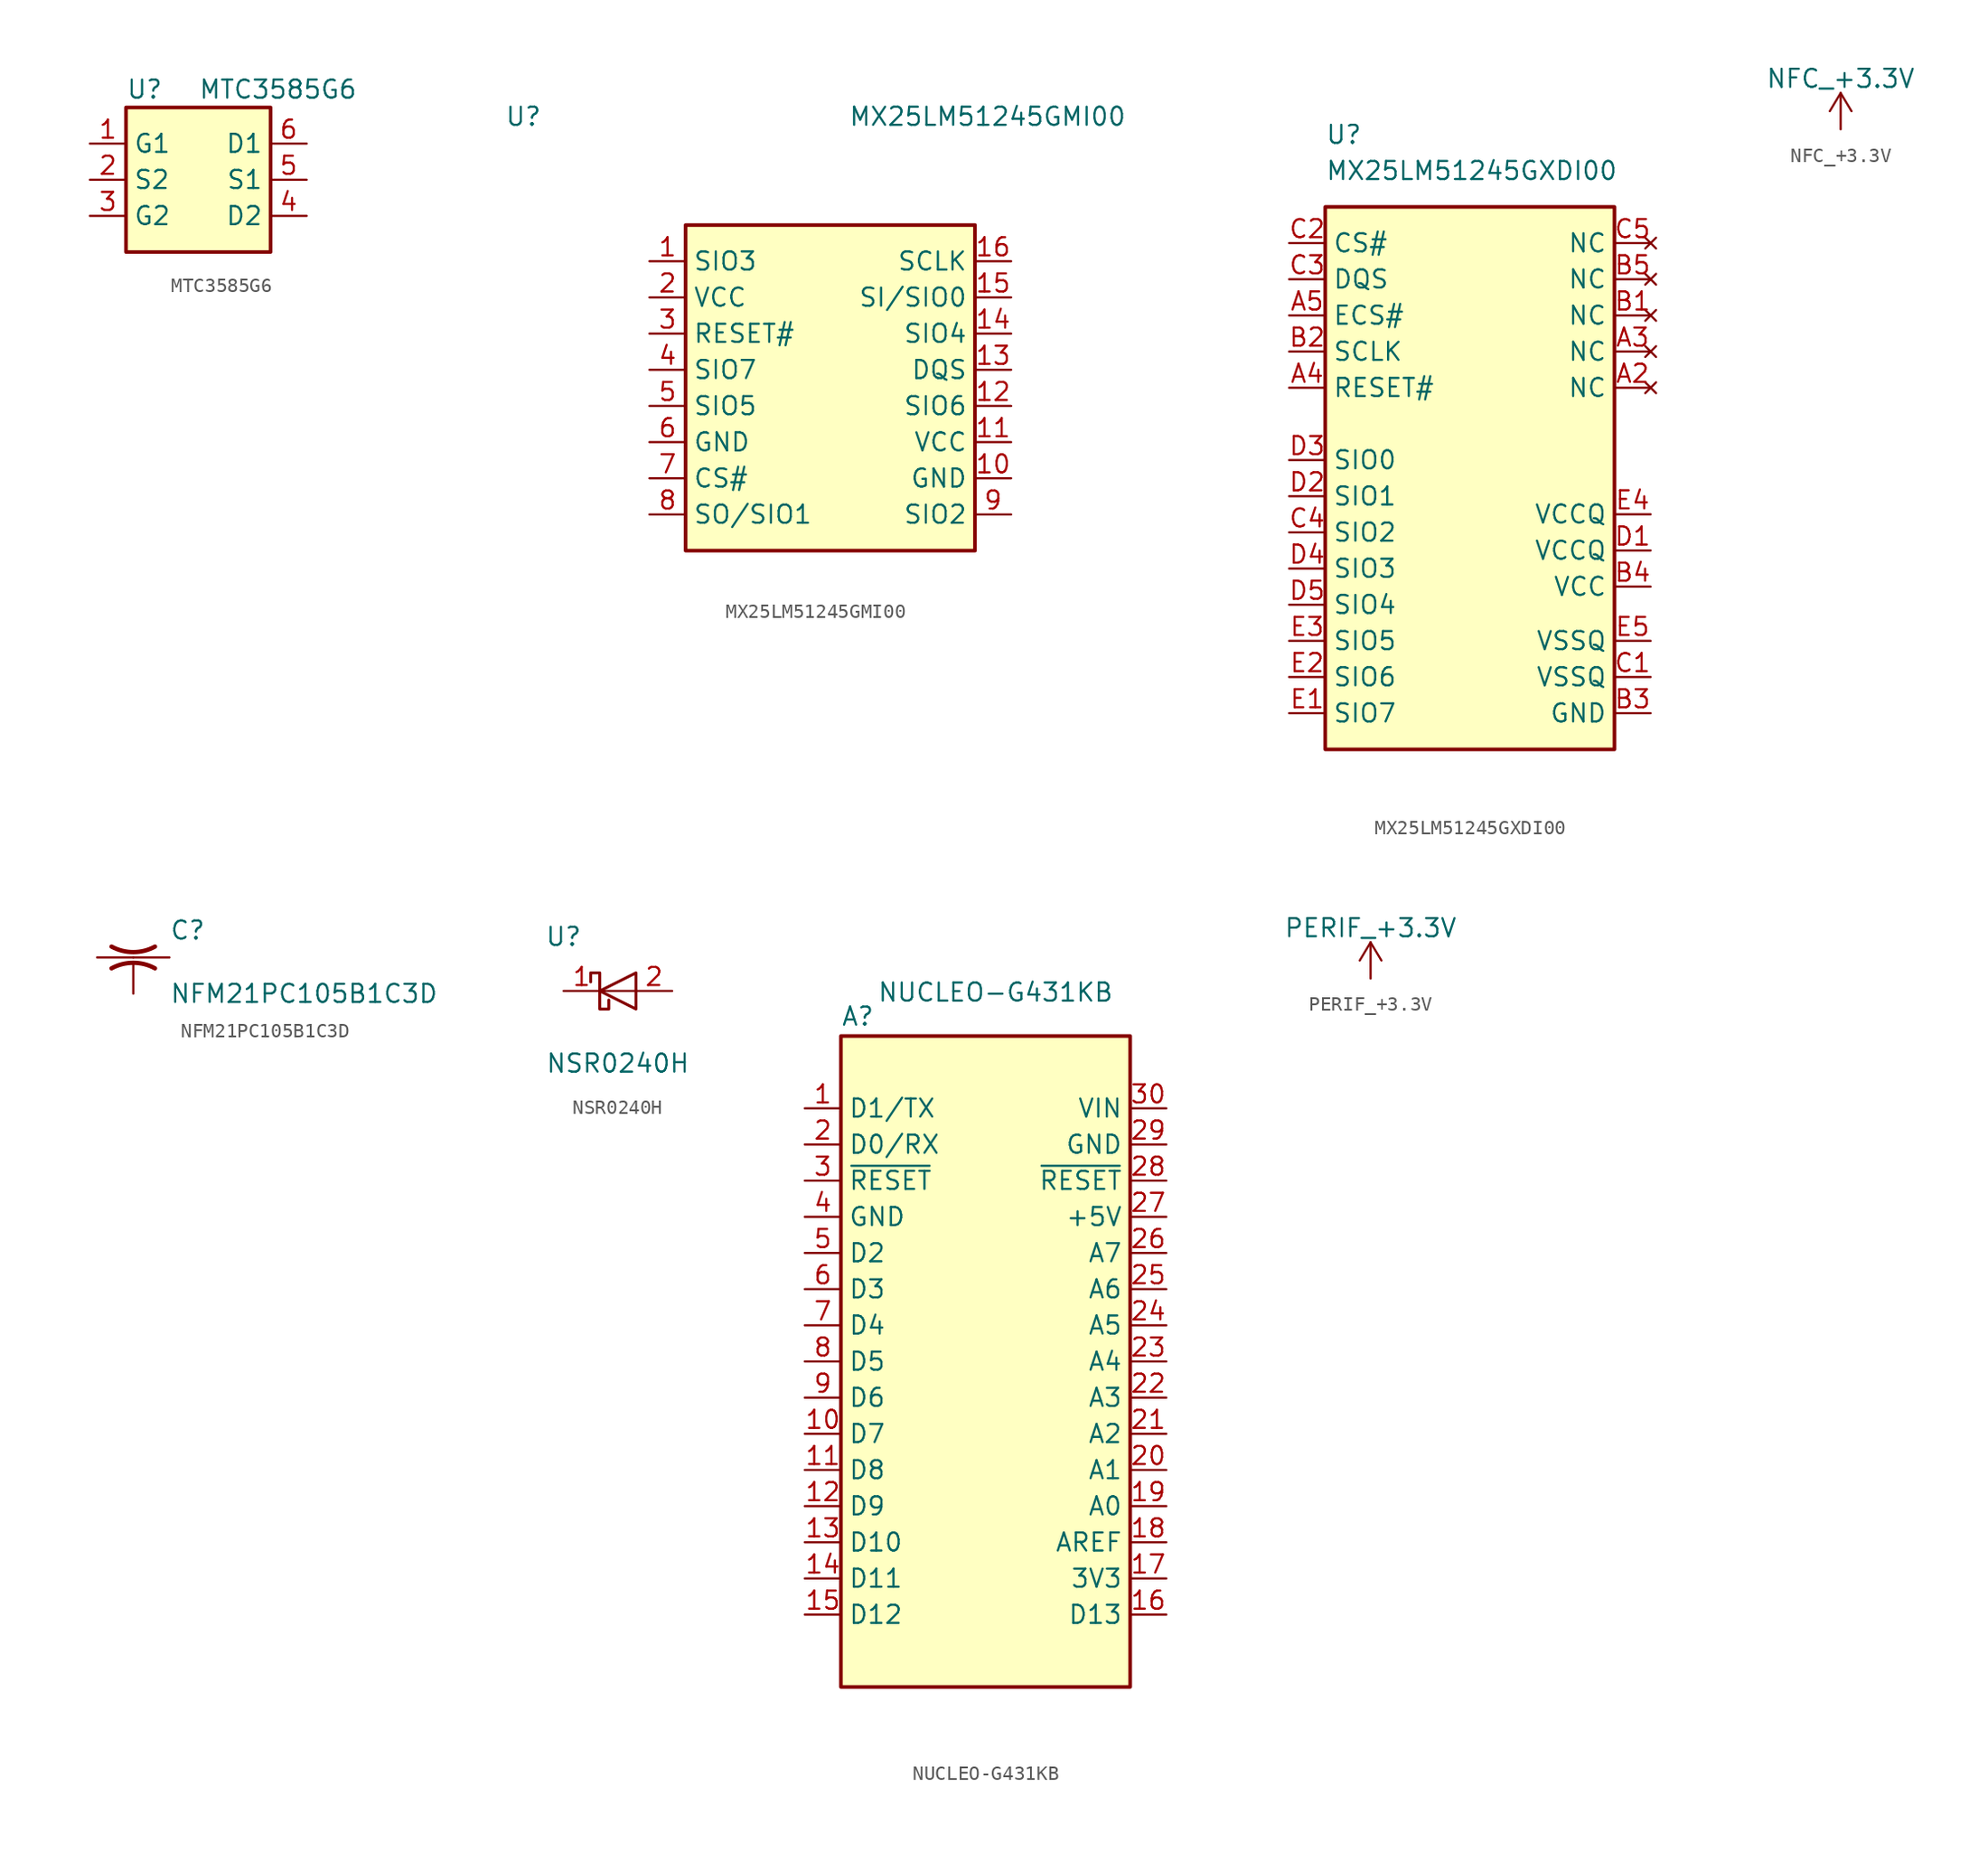
<source format=kicad_sym>
(kicad_symbol_lib
  (version 20201005)
  (generator kicad_symbol_editor)
  (symbol "mSchLibrary:MTC3585G6"
    (property "Reference" "U"
      (at -5.08 6.35 0)
      (effects (font (size 1.27 1.27)) (justify left)))
    (property "Value" "MTC3585G6"
      (at 0 6.35 0)
      (effects (font (size 1.27 1.27)) (justify left)))
    (symbol "MTC3585G6_0_0"
      (pin passive line (at 7.62 2.54 180) (length 2.54) (name "D1" (effects (font (size 1.27 1.27)))) (number "6" (effects (font (size 1.27 1.27))))))
    (symbol "MTC3585G6_0_1"
      (rectangle (start -5.08 5.08) (end 5.08 -5.08) (stroke (width 0.254)) (fill (type background))))
    (symbol "MTC3585G6_1_1"
      (pin input line (at -7.62 2.54 0) (length 2.54) (name "G1" (effects (font (size 1.27 1.27)))) (number "1" (effects (font (size 1.27 1.27)))))
      (pin passive line (at -7.62 0 0) (length 2.54) (name "S2" (effects (font (size 1.27 1.27)))) (number "2" (effects (font (size 1.27 1.27)))))
      (pin input line (at -7.62 -2.54 0) (length 2.54) (name "G2" (effects (font (size 1.27 1.27)))) (number "3" (effects (font (size 1.27 1.27)))))
      (pin passive line (at 7.62 -2.54 180) (length 2.54) (name "D2" (effects (font (size 1.27 1.27)))) (number "4" (effects (font (size 1.27 1.27)))))
      (pin passive line (at 7.62 0 180) (length 2.54) (name "S1" (effects (font (size 1.27 1.27)))) (number "5" (effects (font (size 1.27 1.27)))))))
  (symbol "mSchLibrary:MX25LM51245GMI00"
    (property "Reference" "U"
      (at -22.86 19.05 0)
      (effects (font (size 1.27 1.27)) (justify left)))
    (property "Value" "MX25LM51245GMI00"
      (at 1.27 19.05 0)
      (effects (font (size 1.27 1.27)) (justify left)))
    (symbol "MX25LM51245GMI00_0_1"
      (rectangle (start -10.16 11.43) (end 10.16 -11.43) (stroke (width 0.254)) (fill (type background))))
    (symbol "MX25LM51245GMI00_1_1"
      (pin bidirectional line (at -12.7 8.89 0) (length 2.54) (name "SIO3" (effects (font (size 1.27 1.27)))) (number "1" (effects (font (size 1.27 1.27)))))
      (pin power_in line (at 12.7 -6.35 180) (length 2.54) (name "GND" (effects (font (size 1.27 1.27)))) (number "10" (effects (font (size 1.27 1.27)))))
      (pin power_in line (at 12.7 -3.81 180) (length 2.54) (name "VCC" (effects (font (size 1.27 1.27)))) (number "11" (effects (font (size 1.27 1.27)))))
      (pin bidirectional line (at 12.7 -1.27 180) (length 2.54) (name "SIO6" (effects (font (size 1.27 1.27)))) (number "12" (effects (font (size 1.27 1.27)))))
      (pin passive line (at 12.7 1.27 180) (length 2.54) (name "DQS" (effects (font (size 1.27 1.27)))) (number "13" (effects (font (size 1.27 1.27)))))
      (pin bidirectional line (at 12.7 3.81 180) (length 2.54) (name "SIO4" (effects (font (size 1.27 1.27)))) (number "14" (effects (font (size 1.27 1.27)))))
      (pin bidirectional line (at 12.7 6.35 180) (length 2.54) (name "SI/SIO0" (effects (font (size 1.27 1.27)))) (number "15" (effects (font (size 1.27 1.27)))))
      (pin input line (at 12.7 8.89 180) (length 2.54) (name "SCLK" (effects (font (size 1.27 1.27)))) (number "16" (effects (font (size 1.27 1.27)))))
      (pin power_in line (at -12.7 6.35 0) (length 2.54) (name "VCC" (effects (font (size 1.27 1.27)))) (number "2" (effects (font (size 1.27 1.27)))))
      (pin input line (at -12.7 3.81 0) (length 2.54) (name "RESET#" (effects (font (size 1.27 1.27)))) (number "3" (effects (font (size 1.27 1.27)))))
      (pin bidirectional line (at -12.7 1.27 0) (length 2.54) (name "SIO7" (effects (font (size 1.27 1.27)))) (number "4" (effects (font (size 1.27 1.27)))))
      (pin bidirectional line (at -12.7 -1.27 0) (length 2.54) (name "SIO5" (effects (font (size 1.27 1.27)))) (number "5" (effects (font (size 1.27 1.27)))))
      (pin power_in line (at -12.7 -3.81 0) (length 2.54) (name "GND" (effects (font (size 1.27 1.27)))) (number "6" (effects (font (size 1.27 1.27)))))
      (pin input line (at -12.7 -6.35 0) (length 2.54) (name "CS#" (effects (font (size 1.27 1.27)))) (number "7" (effects (font (size 1.27 1.27)))))
      (pin bidirectional line (at -12.7 -8.89 0) (length 2.54) (name "SO/SIO1" (effects (font (size 1.27 1.27)))) (number "8" (effects (font (size 1.27 1.27)))))
      (pin bidirectional line (at 12.7 -8.89 180) (length 2.54) (name "SIO2" (effects (font (size 1.27 1.27)))) (number "9" (effects (font (size 1.27 1.27)))))))
  (symbol "mSchLibrary:MX25LM51245GXDI00"
    (property "Reference" "U"
      (at -10.16 22.86 0)
      (effects (font (size 1.27 1.27)) (justify left)))
    (property "Value" "MX25LM51245GXDI00"
      (at -10.16 20.32 0)
      (effects (font (size 1.27 1.27)) (justify left)))
    (symbol "MX25LM51245GXDI00_0_0"
      (pin no_connect line (at 12.7 5.08 180) (length 2.54) (name "NC" (effects (font (size 1.27 1.27)))) (number "A2" (effects (font (size 1.27 1.27)))))
      (pin no_connect line (at 12.7 7.62 180) (length 2.54) (name "NC" (effects (font (size 1.27 1.27)))) (number "A3" (effects (font (size 1.27 1.27)))))
      (pin passive line (at -12.7 10.16 0) (length 2.54) (name "ECS#" (effects (font (size 1.27 1.27)))) (number "A5" (effects (font (size 1.27 1.27)))))
      (pin no_connect line (at 12.7 10.16 180) (length 2.54) (name "NC" (effects (font (size 1.27 1.27)))) (number "B1" (effects (font (size 1.27 1.27)))))
      (pin no_connect line (at 12.7 12.7 180) (length 2.54) (name "NC" (effects (font (size 1.27 1.27)))) (number "B5" (effects (font (size 1.27 1.27)))))
      (pin power_in line (at 12.7 -15.24 180) (length 2.54) (name "VSSQ" (effects (font (size 1.27 1.27)))) (number "C1" (effects (font (size 1.27 1.27)))))
      (pin input line (at -12.7 15.24 0) (length 2.54) (name "CS#" (effects (font (size 1.27 1.27)))) (number "C2" (effects (font (size 1.27 1.27)))))
      (pin no_connect line (at 12.7 15.24 180) (length 2.54) (name "NC" (effects (font (size 1.27 1.27)))) (number "C5" (effects (font (size 1.27 1.27)))))
      (pin power_in line (at 12.7 -6.35 180) (length 2.54) (name "VCCQ" (effects (font (size 1.27 1.27)))) (number "D1" (effects (font (size 1.27 1.27)))))
      (pin power_in line (at 12.7 -3.81 180) (length 2.54) (name "VCCQ" (effects (font (size 1.27 1.27)))) (number "E4" (effects (font (size 1.27 1.27)))))
      (pin power_in line (at 12.7 -12.7 180) (length 2.54) (name "VSSQ" (effects (font (size 1.27 1.27)))) (number "E5" (effects (font (size 1.27 1.27))))))
    (symbol "MX25LM51245GXDI00_0_1"
      (rectangle (start -10.16 17.78) (end 10.16 -20.32) (stroke (width 0.254)) (fill (type background))))
    (symbol "MX25LM51245GXDI00_1_1"
      (pin input line (at -12.7 5.08 0) (length 2.54) (name "RESET#" (effects (font (size 1.27 1.27)))) (number "A4" (effects (font (size 1.27 1.27)))))
      (pin input line (at -12.7 7.62 0) (length 2.54) (name "SCLK" (effects (font (size 1.27 1.27)))) (number "B2" (effects (font (size 1.27 1.27)))))
      (pin power_in line (at 12.7 -17.78 180) (length 2.54) (name "GND" (effects (font (size 1.27 1.27)))) (number "B3" (effects (font (size 1.27 1.27)))))
      (pin power_in line (at 12.7 -8.89 180) (length 2.54) (name "VCC" (effects (font (size 1.27 1.27)))) (number "B4" (effects (font (size 1.27 1.27)))))
      (pin passive line (at -12.7 12.7 0) (length 2.54) (name "DQS" (effects (font (size 1.27 1.27)))) (number "C3" (effects (font (size 1.27 1.27)))))
      (pin bidirectional line (at -12.7 -5.08 0) (length 2.54) (name "SIO2" (effects (font (size 1.27 1.27)))) (number "C4" (effects (font (size 1.27 1.27)))))
      (pin bidirectional line (at -12.7 -2.54 0) (length 2.54) (name "SIO1" (effects (font (size 1.27 1.27)))) (number "D2" (effects (font (size 1.27 1.27)))))
      (pin bidirectional line (at -12.7 0 0) (length 2.54) (name "SIO0" (effects (font (size 1.27 1.27)))) (number "D3" (effects (font (size 1.27 1.27)))))
      (pin input line (at -12.7 -7.62 0) (length 2.54) (name "SIO3" (effects (font (size 1.27 1.27)))) (number "D4" (effects (font (size 1.27 1.27)))))
      (pin bidirectional line (at -12.7 -10.16 0) (length 2.54) (name "SIO4" (effects (font (size 1.27 1.27)))) (number "D5" (effects (font (size 1.27 1.27)))))
      (pin bidirectional line (at -12.7 -17.78 0) (length 2.54) (name "SIO7" (effects (font (size 1.27 1.27)))) (number "E1" (effects (font (size 1.27 1.27)))))
      (pin bidirectional line (at -12.7 -15.24 0) (length 2.54) (name "SIO6" (effects (font (size 1.27 1.27)))) (number "E2" (effects (font (size 1.27 1.27)))))
      (pin bidirectional line (at -12.7 -12.7 0) (length 2.54) (name "SIO5" (effects (font (size 1.27 1.27)))) (number "E3" (effects (font (size 1.27 1.27)))))))
  (symbol "mSchLibrary:NFC_+3.3V"
    (power)
    (pin_names
      (offset 0))
    (property "Reference" "#PWR"
      (at 5.08 -3.81 0)
      (effects (font (size 1.27 1.27)) hide))
    (property "Value" "NFC_+3.3V"
      (at 0 3.556 0)
      (effects (font (size 1.27 1.27))))
    (symbol "NFC_+3.3V_0_1"
      (polyline (pts (xy -0.762 1.27) (xy 0 2.54)) (stroke (width 0)) (fill (type none)))
      (polyline (pts (xy 0 0) (xy 0 2.54)) (stroke (width 0)) (fill (type none)))
      (polyline (pts (xy 0 2.54) (xy 0.762 1.27)) (stroke (width 0)) (fill (type none))))
    (symbol "NFC_+3.3V_1_1"
      (pin power_in line (at 0 0 180) (length 0) hide (name "NFC_+3.3V" (effects (font (size 1.27 1.27)))) (number "1" (effects (font (size 1.27 1.27)))))))
  (symbol "mSchLibrary:NFM21PC105B1C3D"
    (pin_numbers hide)
    (pin_names
      (offset 0.254) hide)
    (property "Reference" "C"
      (at 2.54 1.905 0)
      (effects (font (size 1.27 1.27)) (justify left)))
    (property "Value" "NFM21PC105B1C3D"
      (at 2.54 -2.54 0)
      (effects (font (size 1.27 1.27)) (justify left)))
    (symbol "NFM21PC105B1C3D_0_0"
      (pin passive line (at 2.54 0 180) (length 2.54) (name "~" (effects (font (size 1.27 1.27)))) (number "3" (effects (font (size 1.27 1.27))))))
    (symbol "NFM21PC105B1C3D_0_1"
      (arc (start -1.524 -0.762) (end 1.524 -0.762) (radius (at 0 -3.556) (length 3.175) (angles 118.6 61.4)) (stroke (width 0.3048)) (fill (type none))))
    (symbol "NFM21PC105B1C3D_1_1"
      (arc (start 1.524 0.762) (end -1.524 0.762) (radius (at 0 3.556) (length 3.175) (angles -61.4 -118.6)) (stroke (width 0.3048)) (fill (type none)))
      (pin passive line (at -2.54 0 0) (length 2.54) (name "~" (effects (font (size 1.27 1.27)))) (number "1" (effects (font (size 1.27 1.27)))))
      (pin power_in line (at 0 -2.54 90) (length 2.032) (name "~" (effects (font (size 1.27 1.27)))) (number "2" (effects (font (size 1.27 1.27)))))))
  (symbol "mSchLibrary:NSR0240H"
    (pin_names
      (offset 1.016) hide)
    (property "Reference" "U"
      (at -3.81 3.81 0)
      (effects (font (size 1.27 1.27))))
    (property "Value" "NSR0240H"
      (at 0 -5.08 0)
      (effects (font (size 1.27 1.27))))
    (symbol "NSR0240H_1_1"
      (polyline (pts (xy 1.27 0) (xy -1.27 0)) (stroke (width 0)) (fill (type none)))
      (polyline (pts (xy 1.27 1.27) (xy 1.27 -1.27) (xy -1.27 0) (xy 1.27 1.27)) (stroke (width 0.203)) (fill (type none)))
      (polyline (pts (xy -1.905 0.635) (xy -1.905 1.27) (xy -1.27 1.27) (xy -1.27 -1.27) (xy -0.635 -1.27) (xy -0.635 -0.635)) (stroke (width 0.203)) (fill (type none)))
      (pin passive line (at -3.81 0 0) (length 2.54) (name "K" (effects (font (size 1.27 1.27)))) (number "1" (effects (font (size 1.27 1.27)))))
      (pin passive line (at 3.81 0 180) (length 2.54) (name "A" (effects (font (size 1.27 1.27)))) (number "2" (effects (font (size 1.27 1.27)))))))
  (symbol "mSchLibrary:NUCLEO-G431KB"
    (property "Reference" "A"
      (at -10.16 23.495 0)
      (effects (font (size 1.27 1.27)) (justify left bottom)))
    (property "Value" "NUCLEO-G431KB"
      (at -7.62 26.67 0)
      (effects (font (size 1.27 1.27)) (justify left top)))
    (symbol "NUCLEO-G431KB_0_1"
      (rectangle (start -10.16 22.86) (end 10.16 -22.86) (stroke (width 0.254)) (fill (type background))))
    (symbol "NUCLEO-G431KB_1_1"
      (pin bidirectional line (at -12.7 17.78 0) (length 2.54) (name "D1/TX" (effects (font (size 1.27 1.27)))) (number "1" (effects (font (size 1.27 1.27)))))
      (pin bidirectional line (at -12.7 -5.08 0) (length 2.54) (name "D7" (effects (font (size 1.27 1.27)))) (number "10" (effects (font (size 1.27 1.27)))))
      (pin bidirectional line (at -12.7 -7.62 0) (length 2.54) (name "D8" (effects (font (size 1.27 1.27)))) (number "11" (effects (font (size 1.27 1.27)))))
      (pin bidirectional line (at -12.7 -10.16 0) (length 2.54) (name "D9" (effects (font (size 1.27 1.27)))) (number "12" (effects (font (size 1.27 1.27)))))
      (pin bidirectional line (at -12.7 -12.7 0) (length 2.54) (name "D10" (effects (font (size 1.27 1.27)))) (number "13" (effects (font (size 1.27 1.27)))))
      (pin bidirectional line (at -12.7 -15.24 0) (length 2.54) (name "D11" (effects (font (size 1.27 1.27)))) (number "14" (effects (font (size 1.27 1.27)))))
      (pin bidirectional line (at -12.7 -17.78 0) (length 2.54) (name "D12" (effects (font (size 1.27 1.27)))) (number "15" (effects (font (size 1.27 1.27)))))
      (pin bidirectional line (at 12.7 -17.78 180) (length 2.54) (name "D13" (effects (font (size 1.27 1.27)))) (number "16" (effects (font (size 1.27 1.27)))))
      (pin power_out line (at 12.7 -15.24 180) (length 2.54) (name "3V3" (effects (font (size 1.27 1.27)))) (number "17" (effects (font (size 1.27 1.27)))))
      (pin input line (at 12.7 -12.7 180) (length 2.54) (name "AREF" (effects (font (size 1.27 1.27)))) (number "18" (effects (font (size 1.27 1.27)))))
      (pin bidirectional line (at 12.7 -10.16 180) (length 2.54) (name "A0" (effects (font (size 1.27 1.27)))) (number "19" (effects (font (size 1.27 1.27)))))
      (pin bidirectional line (at -12.7 15.24 0) (length 2.54) (name "D0/RX" (effects (font (size 1.27 1.27)))) (number "2" (effects (font (size 1.27 1.27)))))
      (pin bidirectional line (at 12.7 -7.62 180) (length 2.54) (name "A1" (effects (font (size 1.27 1.27)))) (number "20" (effects (font (size 1.27 1.27)))))
      (pin bidirectional line (at 12.7 -5.08 180) (length 2.54) (name "A2" (effects (font (size 1.27 1.27)))) (number "21" (effects (font (size 1.27 1.27)))))
      (pin bidirectional line (at 12.7 -2.54 180) (length 2.54) (name "A3" (effects (font (size 1.27 1.27)))) (number "22" (effects (font (size 1.27 1.27)))))
      (pin bidirectional line (at 12.7 0 180) (length 2.54) (name "A4" (effects (font (size 1.27 1.27)))) (number "23" (effects (font (size 1.27 1.27)))))
      (pin bidirectional line (at 12.7 2.54 180) (length 2.54) (name "A5" (effects (font (size 1.27 1.27)))) (number "24" (effects (font (size 1.27 1.27)))))
      (pin bidirectional line (at 12.7 5.08 180) (length 2.54) (name "A6" (effects (font (size 1.27 1.27)))) (number "25" (effects (font (size 1.27 1.27)))))
      (pin bidirectional line (at 12.7 7.62 180) (length 2.54) (name "A7" (effects (font (size 1.27 1.27)))) (number "26" (effects (font (size 1.27 1.27)))))
      (pin power_out line (at 12.7 10.16 180) (length 2.54) (name "+5V" (effects (font (size 1.27 1.27)))) (number "27" (effects (font (size 1.27 1.27)))))
      (pin input line (at 12.7 12.7 180) (length 2.54) (name "~RESET" (effects (font (size 1.27 1.27)))) (number "28" (effects (font (size 1.27 1.27)))))
      (pin power_in line (at 12.7 15.24 180) (length 2.54) (name "GND" (effects (font (size 1.27 1.27)))) (number "29" (effects (font (size 1.27 1.27)))))
      (pin input line (at -12.7 12.7 0) (length 2.54) (name "~RESET" (effects (font (size 1.27 1.27)))) (number "3" (effects (font (size 1.27 1.27)))))
      (pin power_in line (at 12.7 17.78 180) (length 2.54) (name "VIN" (effects (font (size 1.27 1.27)))) (number "30" (effects (font (size 1.27 1.27)))))
      (pin power_in line (at -12.7 10.16 0) (length 2.54) (name "GND" (effects (font (size 1.27 1.27)))) (number "4" (effects (font (size 1.27 1.27)))))
      (pin bidirectional line (at -12.7 7.62 0) (length 2.54) (name "D2" (effects (font (size 1.27 1.27)))) (number "5" (effects (font (size 1.27 1.27)))))
      (pin bidirectional line (at -12.7 5.08 0) (length 2.54) (name "D3" (effects (font (size 1.27 1.27)))) (number "6" (effects (font (size 1.27 1.27)))))
      (pin bidirectional line (at -12.7 2.54 0) (length 2.54) (name "D4" (effects (font (size 1.27 1.27)))) (number "7" (effects (font (size 1.27 1.27)))))
      (pin bidirectional line (at -12.7 0 0) (length 2.54) (name "D5" (effects (font (size 1.27 1.27)))) (number "8" (effects (font (size 1.27 1.27)))))
      (pin bidirectional line (at -12.7 -2.54 0) (length 2.54) (name "D6" (effects (font (size 1.27 1.27)))) (number "9" (effects (font (size 1.27 1.27)))))))
  (symbol "mSchLibrary:PERIF_+3.3V"
    (power)
    (pin_names
      (offset 0))
    (property "Reference" "#PWR"
      (at 5.08 -2.54 0)
      (effects (font (size 1.27 1.27)) hide))
    (property "Value" "PERIF_+3.3V"
      (at 0 3.556 0)
      (effects (font (size 1.27 1.27))))
    (symbol "PERIF_+3.3V_0_1"
      (polyline (pts (xy -0.762 1.27) (xy 0 2.54)) (stroke (width 0)) (fill (type none)))
      (polyline (pts (xy 0 0) (xy 0 2.54)) (stroke (width 0)) (fill (type none)))
      (polyline (pts (xy 0 2.54) (xy 0.762 1.27)) (stroke (width 0)) (fill (type none))))
    (symbol "PERIF_+3.3V_1_1"
      (pin power_in line (at 0 0 0) (length 0) hide (name "PERIF_+3.3V" (effects (font (size 1.27 1.27)))) (number "1" (effects (font (size 1.27 1.27))))))))
</source>
